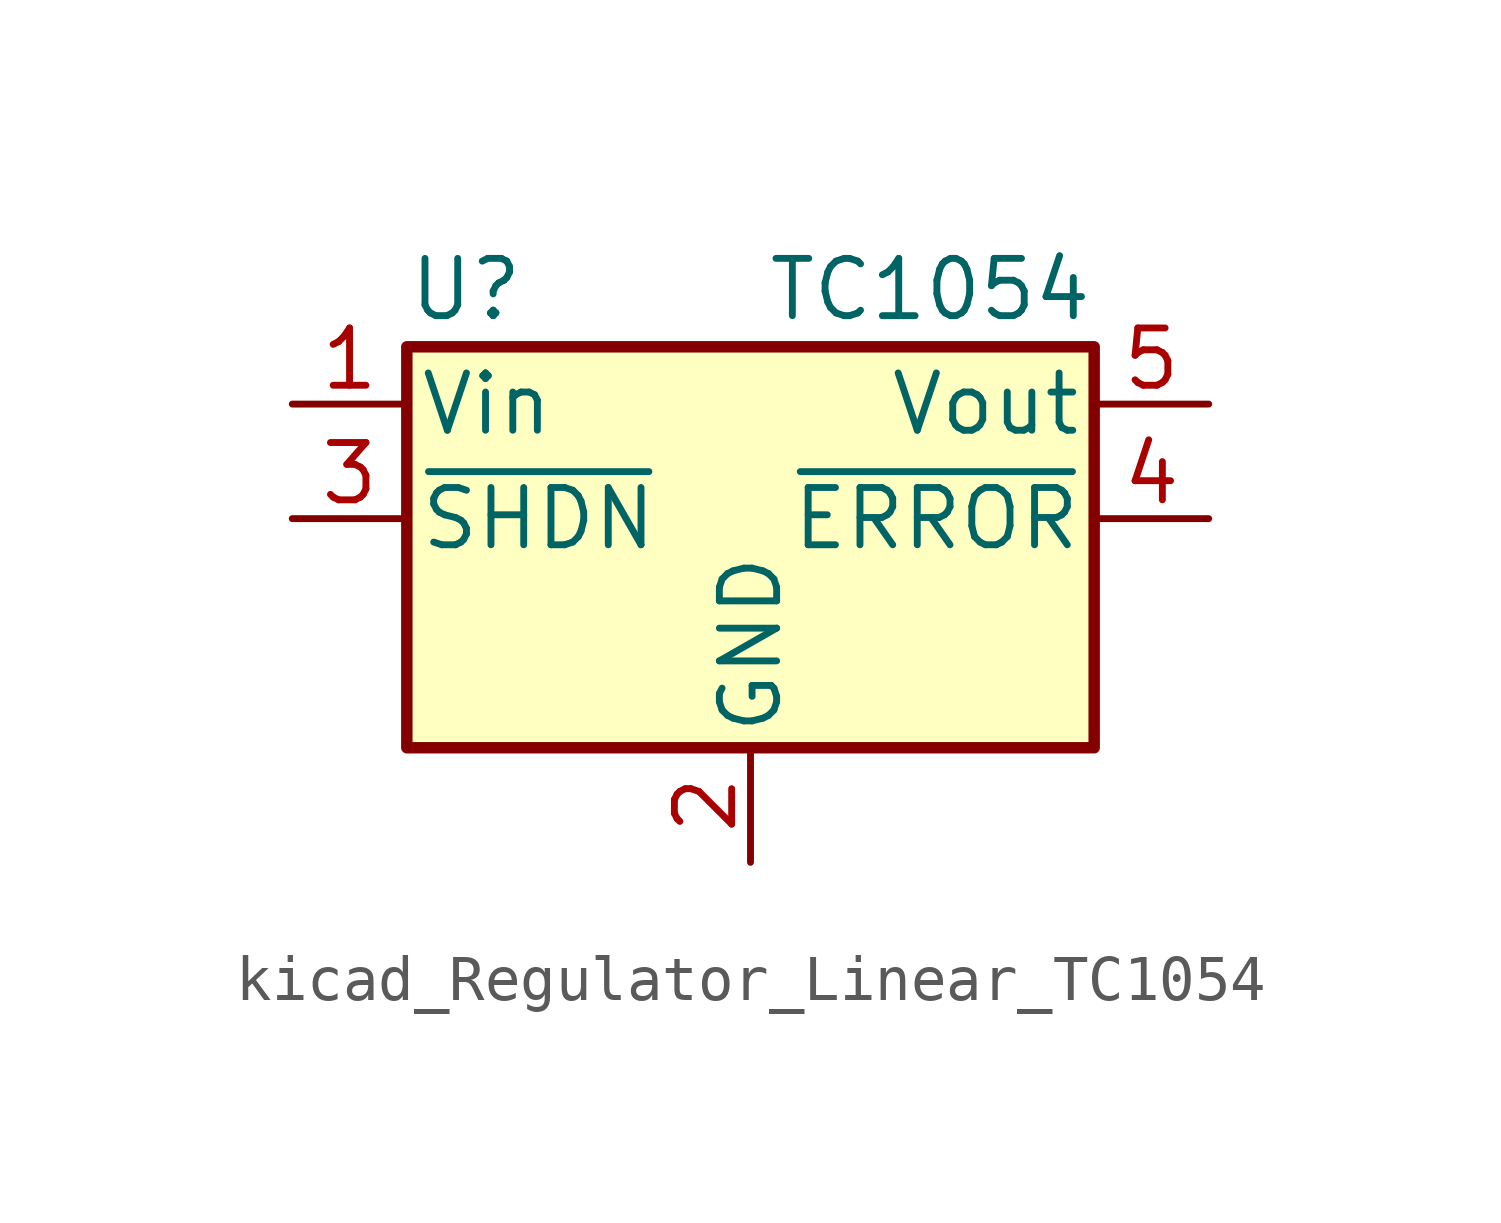
<source format=kicad_sym>
(kicad_symbol_lib
  (version 20220914)
  (generator kicad_symbol_editor)
  (symbol "kicad_Regulator_Linear_TC1054"
    (pin_names
      (offset 0.254))
    (property "Reference" "U"
      (at -7.62 5.08 0)
      (effects (font (size 1.27 1.27)) (justify left)))
    (property "Value" "TC1054"
      (at 7.62 5.08 0)
      (effects (font (size 1.27 1.27)) (justify right)))
    (symbol "kicad_Regulator_Linear_TC1054_0_1"
      (rectangle (start -7.62 3.81) (end 7.62 -5.08) (stroke (width 0.254) (type default)) (fill (type background))))
    (symbol "kicad_Regulator_Linear_TC1054_1_1"
      (pin power_in line (at -10.16 2.54 0) (length 2.54) (name "Vin" (effects (font (size 1.27 1.27)))) (number "1" (effects (font (size 1.27 1.27)))))
      (pin power_in line (at 0 -7.62 90) (length 2.54) (name "GND" (effects (font (size 1.27 1.27)))) (number "2" (effects (font (size 1.27 1.27)))))
      (pin input line (at -10.16 0 0) (length 2.54) (name "~{SHDN}" (effects (font (size 1.27 1.27)))) (number "3" (effects (font (size 1.27 1.27)))))
      (pin open_collector line (at 10.16 0 180) (length 2.54) (name "~{ERROR}" (effects (font (size 1.27 1.27)))) (number "4" (effects (font (size 1.27 1.27)))))
      (pin power_out line (at 10.16 2.54 180) (length 2.54) (name "Vout" (effects (font (size 1.27 1.27)))) (number "5" (effects (font (size 1.27 1.27))))))))
</source>
